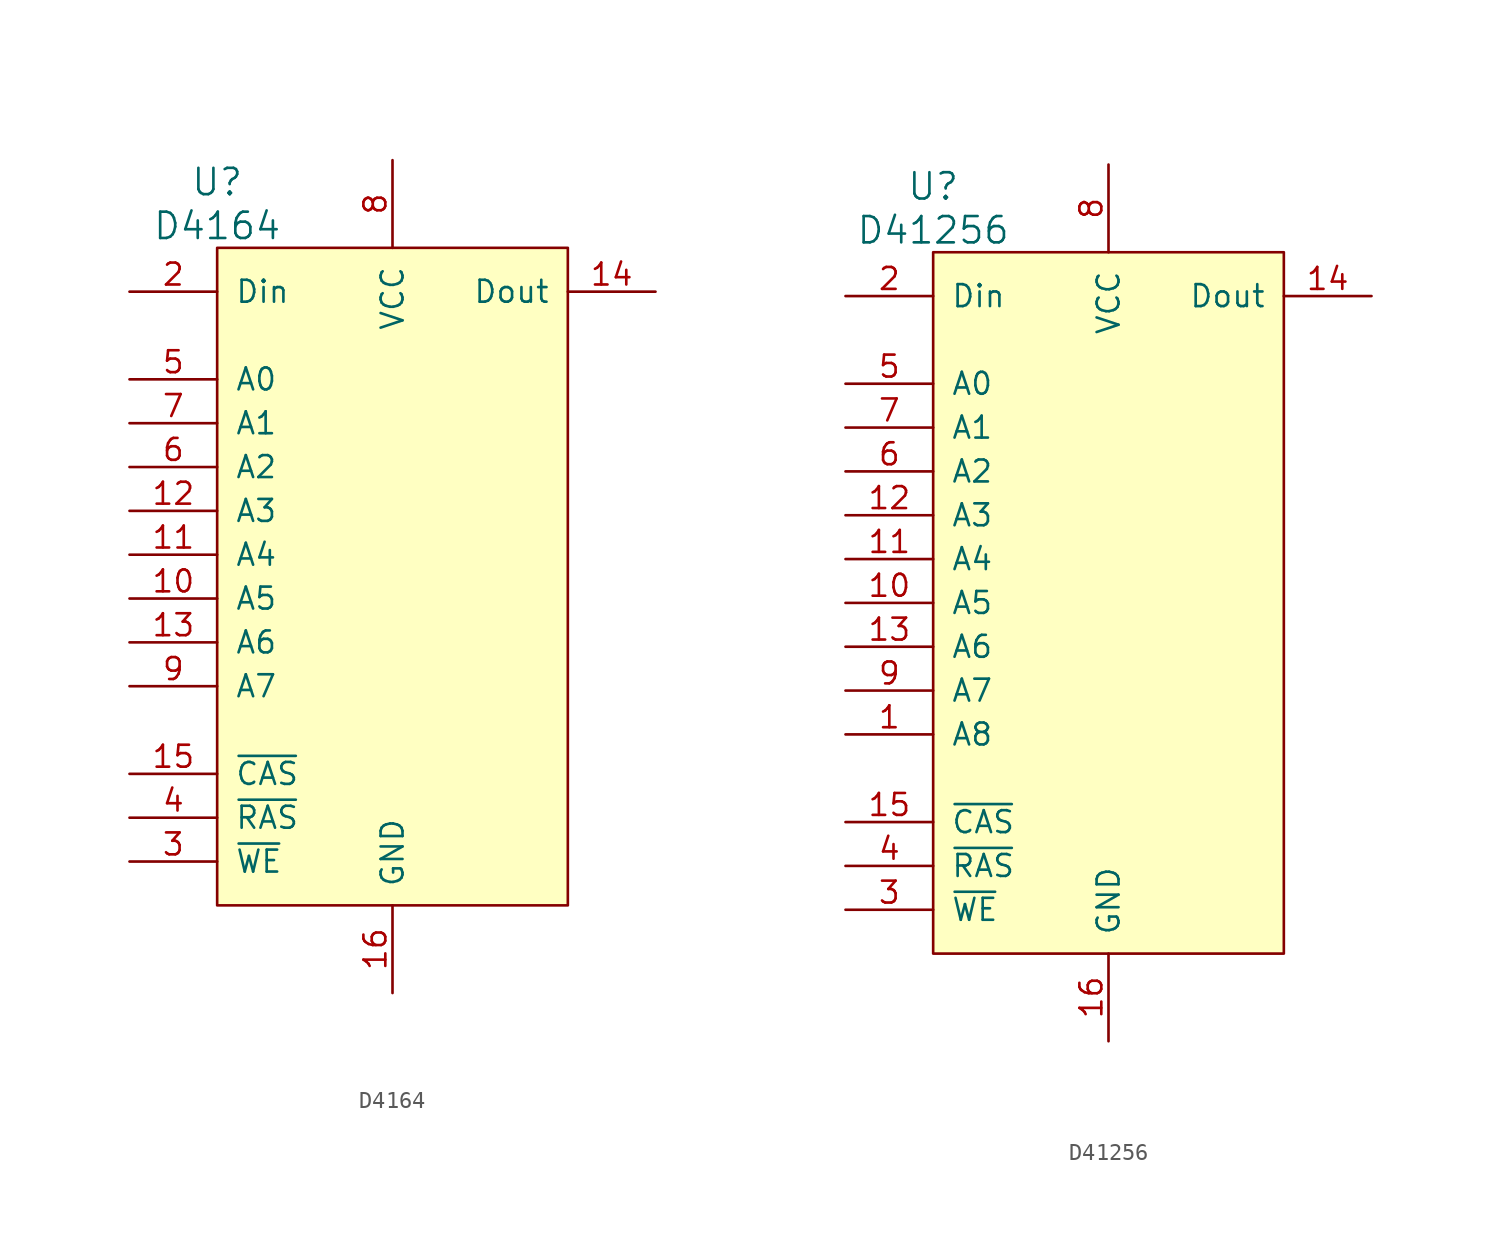
<source format=kicad_sym>
(kicad_symbol_lib
  (version 20211014)
  (generator kicad_symbol_editor)
  (symbol "D4164"
    (pin_names
      (offset 1.016))
    (property "Reference" "U"
      (at -10.16 22.86 0)
      (effects (font (size 1.524 1.524))))
    (property "Value" "D4164"
      (at -10.16 20.32 0)
      (effects (font (size 1.524 1.524))))
    (property "Footprint" ""
      (at 0 1.27 0)
      (effects (font (size 1.524 1.524))))
    (property "Datasheet" ""
      (at 0 1.27 0)
      (effects (font (size 1.524 1.524))))
    (symbol "D4164_0_1"
      (rectangle (start -10.16 19.05) (end 10.16 -19.05) (stroke (width 0) (type default) (color 0 0 0 0)) (fill (type background))))
    (symbol "D4164_1_1"
      (pin no_connect line (at -10.16 -8.89 0) (length 0) hide (name "NC" (effects (font (size 1.27 1.27)))) (number "1" (effects (font (size 1.27 1.27)))))
      (pin input line (at -15.24 -1.27 0) (length 5.08) (name "A5" (effects (font (size 1.27 1.27)))) (number "10" (effects (font (size 1.27 1.27)))))
      (pin input line (at -15.24 1.27 0) (length 5.08) (name "A4" (effects (font (size 1.27 1.27)))) (number "11" (effects (font (size 1.27 1.27)))))
      (pin input line (at -15.24 3.81 0) (length 5.08) (name "A3" (effects (font (size 1.27 1.27)))) (number "12" (effects (font (size 1.27 1.27)))))
      (pin input line (at -15.24 -3.81 0) (length 5.08) (name "A6" (effects (font (size 1.27 1.27)))) (number "13" (effects (font (size 1.27 1.27)))))
      (pin bidirectional line (at 15.24 16.51 180) (length 5.08) (name "Dout" (effects (font (size 1.27 1.27)))) (number "14" (effects (font (size 1.27 1.27)))))
      (pin input line (at -15.24 -11.43 0) (length 5.08) (name "~{CAS}" (effects (font (size 1.27 1.27)))) (number "15" (effects (font (size 1.27 1.27)))))
      (pin power_in line (at 0 -24.13 90) (length 5.08) (name "GND" (effects (font (size 1.27 1.27)))) (number "16" (effects (font (size 1.27 1.27)))))
      (pin input line (at -15.24 16.51 0) (length 5.08) (name "Din" (effects (font (size 1.27 1.27)))) (number "2" (effects (font (size 1.27 1.27)))))
      (pin input line (at -15.24 -16.51 0) (length 5.08) (name "~{WE}" (effects (font (size 1.27 1.27)))) (number "3" (effects (font (size 1.27 1.27)))))
      (pin input line (at -15.24 -13.97 0) (length 5.08) (name "~{RAS}" (effects (font (size 1.27 1.27)))) (number "4" (effects (font (size 1.27 1.27)))))
      (pin input line (at -15.24 11.43 0) (length 5.08) (name "A0" (effects (font (size 1.27 1.27)))) (number "5" (effects (font (size 1.27 1.27)))))
      (pin input line (at -15.24 6.35 0) (length 5.08) (name "A2" (effects (font (size 1.27 1.27)))) (number "6" (effects (font (size 1.27 1.27)))))
      (pin input line (at -15.24 8.89 0) (length 5.08) (name "A1" (effects (font (size 1.27 1.27)))) (number "7" (effects (font (size 1.27 1.27)))))
      (pin power_in line (at 0 24.13 270) (length 5.08) (name "VCC" (effects (font (size 1.27 1.27)))) (number "8" (effects (font (size 1.27 1.27)))))
      (pin input line (at -15.24 -6.35 0) (length 5.08) (name "A7" (effects (font (size 1.27 1.27)))) (number "9" (effects (font (size 1.27 1.27)))))))
  (symbol "D41256"
    (pin_names
      (offset 1.016))
    (property "Reference" "U"
      (at -10.16 21.59 0)
      (effects (font (size 1.524 1.524))))
    (property "Value" "D41256"
      (at -10.16 19.05 0)
      (effects (font (size 1.524 1.524))))
    (property "Footprint" ""
      (at 0 0 0)
      (effects (font (size 1.524 1.524))))
    (property "Datasheet" ""
      (at 0 0 0)
      (effects (font (size 1.524 1.524))))
    (symbol "D41256_0_1"
      (rectangle (start -10.16 17.78) (end 10.16 -22.86) (stroke (width 0) (type default) (color 0 0 0 0)) (fill (type background))))
    (symbol "D41256_1_1"
      (pin input line (at -15.24 -10.16 0) (length 5.08) (name "A8" (effects (font (size 1.27 1.27)))) (number "1" (effects (font (size 1.27 1.27)))))
      (pin input line (at -15.24 -2.54 0) (length 5.08) (name "A5" (effects (font (size 1.27 1.27)))) (number "10" (effects (font (size 1.27 1.27)))))
      (pin input line (at -15.24 0 0) (length 5.08) (name "A4" (effects (font (size 1.27 1.27)))) (number "11" (effects (font (size 1.27 1.27)))))
      (pin input line (at -15.24 2.54 0) (length 5.08) (name "A3" (effects (font (size 1.27 1.27)))) (number "12" (effects (font (size 1.27 1.27)))))
      (pin input line (at -15.24 -5.08 0) (length 5.08) (name "A6" (effects (font (size 1.27 1.27)))) (number "13" (effects (font (size 1.27 1.27)))))
      (pin bidirectional line (at 15.24 15.24 180) (length 5.08) (name "Dout" (effects (font (size 1.27 1.27)))) (number "14" (effects (font (size 1.27 1.27)))))
      (pin input line (at -15.24 -15.24 0) (length 5.08) (name "~{CAS}" (effects (font (size 1.27 1.27)))) (number "15" (effects (font (size 1.27 1.27)))))
      (pin power_in line (at 0 -27.94 90) (length 5.08) (name "GND" (effects (font (size 1.27 1.27)))) (number "16" (effects (font (size 1.27 1.27)))))
      (pin input line (at -15.24 15.24 0) (length 5.08) (name "Din" (effects (font (size 1.27 1.27)))) (number "2" (effects (font (size 1.27 1.27)))))
      (pin input line (at -15.24 -20.32 0) (length 5.08) (name "~{WE}" (effects (font (size 1.27 1.27)))) (number "3" (effects (font (size 1.27 1.27)))))
      (pin input line (at -15.24 -17.78 0) (length 5.08) (name "~{RAS}" (effects (font (size 1.27 1.27)))) (number "4" (effects (font (size 1.27 1.27)))))
      (pin input line (at -15.24 10.16 0) (length 5.08) (name "A0" (effects (font (size 1.27 1.27)))) (number "5" (effects (font (size 1.27 1.27)))))
      (pin input line (at -15.24 5.08 0) (length 5.08) (name "A2" (effects (font (size 1.27 1.27)))) (number "6" (effects (font (size 1.27 1.27)))))
      (pin input line (at -15.24 7.62 0) (length 5.08) (name "A1" (effects (font (size 1.27 1.27)))) (number "7" (effects (font (size 1.27 1.27)))))
      (pin power_in line (at 0 22.86 270) (length 5.08) (name "VCC" (effects (font (size 1.27 1.27)))) (number "8" (effects (font (size 1.27 1.27)))))
      (pin input line (at -15.24 -7.62 0) (length 5.08) (name "A7" (effects (font (size 1.27 1.27)))) (number "9" (effects (font (size 1.27 1.27))))))))
</source>
